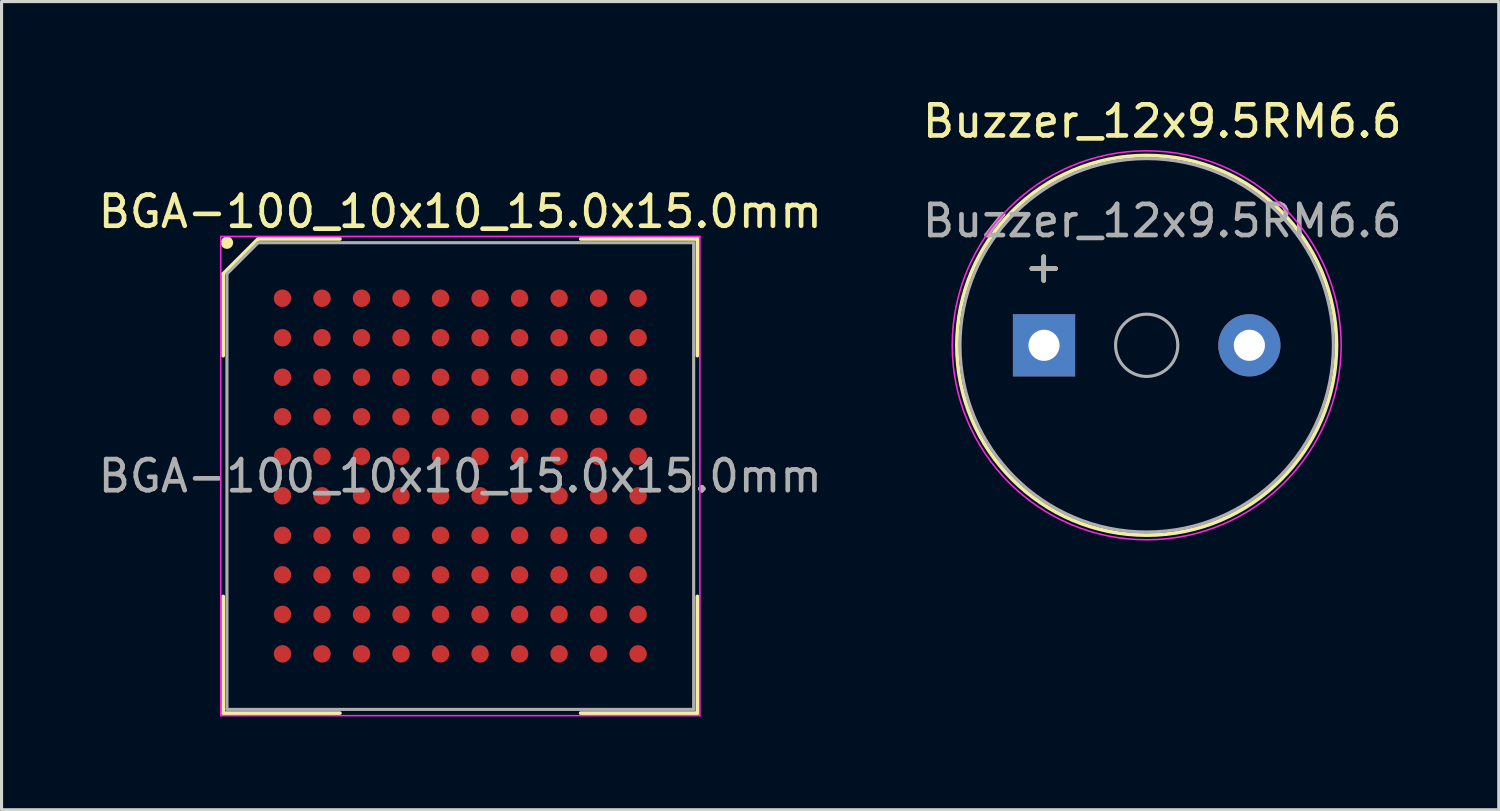
<source format=kicad_pcb>
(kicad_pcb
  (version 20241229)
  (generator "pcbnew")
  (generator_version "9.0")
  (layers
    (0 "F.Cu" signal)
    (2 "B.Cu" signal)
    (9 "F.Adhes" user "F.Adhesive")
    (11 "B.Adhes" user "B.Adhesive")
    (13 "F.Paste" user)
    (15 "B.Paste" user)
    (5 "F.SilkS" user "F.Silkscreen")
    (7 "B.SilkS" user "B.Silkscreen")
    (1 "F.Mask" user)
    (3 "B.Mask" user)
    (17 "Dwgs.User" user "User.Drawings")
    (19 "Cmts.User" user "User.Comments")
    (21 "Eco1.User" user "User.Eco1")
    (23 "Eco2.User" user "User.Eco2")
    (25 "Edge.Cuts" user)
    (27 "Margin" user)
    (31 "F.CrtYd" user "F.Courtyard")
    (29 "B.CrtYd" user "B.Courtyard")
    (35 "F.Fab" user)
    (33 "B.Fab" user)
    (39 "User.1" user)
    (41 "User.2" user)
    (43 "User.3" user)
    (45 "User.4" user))
  (footprint "BGA-100_10x10_15.0x15.0mm"
    (layer "F.Cu")
    (at 11.744 12.25)
    (property "Reference" "BGA-100_10x10_15.0x15.0mm" (at 0 -8.5 0) (layer "F.SilkS") (effects (font (size 1 1) (thickness 0.15))))
    (attr smd)
    (fp_line (start -7.62 -6.5) (end -7.62 -3.87) (stroke (width 0.12) (type default)) (layer "F.SilkS"))
    (fp_line (start -7.62 7.62) (end -7.62 3.87) (stroke (width 0.12) (type default)) (layer "F.SilkS"))
    (fp_line (start -6.5 -7.62) (end -7.62 -6.5) (stroke (width 0.12) (type default)) (layer "F.SilkS"))
    (fp_line (start -3.87 -7.62) (end -6.5 -7.62) (stroke (width 0.12) (type default)) (layer "F.SilkS"))
    (fp_line (start -3.87 7.62) (end -7.62 7.62) (stroke (width 0.12) (type default)) (layer "F.SilkS"))
    (fp_line (start 3.87 -7.62) (end 7.62 -7.62) (stroke (width 0.12) (type default)) (layer "F.SilkS"))
    (fp_line (start 3.87 7.62) (end 7.62 7.62) (stroke (width 0.12) (type default)) (layer "F.SilkS"))
    (fp_line (start 7.62 -7.62) (end 7.62 -3.87) (stroke (width 0.12) (type default)) (layer "F.SilkS"))
    (fp_line (start 7.62 7.62) (end 7.62 3.87) (stroke (width 0.12) (type default)) (layer "F.SilkS"))
    (fp_circle (center -7.5 -7.5) (end -7.5 -7.4) (stroke (width 0.2) (type default)) (fill no) (layer "F.SilkS"))
    (fp_line (start -7.7 -7.7) (end 7.7 -7.7) (stroke (width 0.05) (type default)) (layer "F.CrtYd"))
    (fp_line (start -7.7 7.7) (end -7.7 -7.7) (stroke (width 0.05) (type default)) (layer "F.CrtYd"))
    (fp_line (start 7.7 -7.7) (end 7.7 7.7) (stroke (width 0.05) (type default)) (layer "F.CrtYd"))
    (fp_line (start 7.7 7.7) (end -7.7 7.7) (stroke (width 0.05) (type default)) (layer "F.CrtYd"))
    (fp_line (start -7.5 -6.5) (end -7.5 7.5) (stroke (width 0.1) (type default)) (layer "F.Fab"))
    (fp_line (start -7.5 7.5) (end 7.5 7.5) (stroke (width 0.1) (type default)) (layer "F.Fab"))
    (fp_line (start -6.5 -7.5) (end -7.5 -6.5) (stroke (width 0.1) (type default)) (layer "F.Fab"))
    (fp_line (start 7.5 -7.5) (end -6.5 -7.5) (stroke (width 0.1) (type default)) (layer "F.Fab"))
    (fp_line (start 7.5 7.5) (end 7.5 -7.5) (stroke (width 0.1) (type default)) (layer "F.Fab"))
    (fp_line (start -10.4 -10.4) (end -10.4 -7.4) (stroke (width 0.12) (type default)) (layer "User.1"))
    (fp_line (start -10.4 -10.4) (end -7.4 -10.4) (stroke (width 0.12) (type default)) (layer "User.1"))
    (fp_line (start -10.4 -7.4) (end -10.8 -7.8) (stroke (width 0.12) (type default)) (layer "User.1"))
    (fp_line (start -10.4 -7.4) (end -10 -7.8) (stroke (width 0.12) (type default)) (layer "User.1"))
    (fp_line (start -7.4 -10.4) (end -7.8 -10.8) (stroke (width 0.12) (type default)) (layer "User.1"))
    (fp_line (start -7.4 -10.4) (end -7.8 -10) (stroke (width 0.12) (type default)) (layer "User.1"))
    (fp_circle (center -10.4 -10.4) (end -10.2 -10.2) (stroke (width 0.12) (type default)) (fill no) (layer "User.1"))
    (fp_text user "${REFERENCE}" (at 0 0 0) (layer "F.Fab") (effects (font (size 1 1) (thickness 0.15))))
    (fp_text user "Y" (at -7 -9.8 0) (unlocked yes) (layer "User.1") (effects (font (size 1 1) (thickness 0.15)) (justify left bottom)))
    (fp_text user "X" (at -9.8 -7 0) (unlocked yes) (layer "User.1") (effects (font (size 1 1) (thickness 0.15)) (justify left bottom)))
    (fp_text user "Z" (at -11 -10.8 0) (unlocked yes) (layer "User.1") (effects (font (size 1 1) (thickness 0.15)) (justify left bottom)))
    (pad "A1" smd circle (at -5.715 -5.715) (size 0.56 0.56) (layers "F.Cu" "F.Mask" "F.Paste"))
    (pad "A2" smd circle (at -4.445 -5.715) (size 0.56 0.56) (layers "F.Cu" "F.Mask" "F.Paste"))
    (pad "A3" smd circle (at -3.175 -5.715) (size 0.56 0.56) (layers "F.Cu" "F.Mask" "F.Paste"))
    (pad "A4" smd circle (at -1.905 -5.715) (size 0.56 0.56) (layers "F.Cu" "F.Mask" "F.Paste"))
    (pad "A5" smd circle (at -0.635 -5.715) (size 0.56 0.56) (layers "F.Cu" "F.Mask" "F.Paste"))
    (pad "A6" smd circle (at 0.635 -5.715) (size 0.56 0.56) (layers "F.Cu" "F.Mask" "F.Paste"))
    (pad "A7" smd circle (at 1.905 -5.715) (size 0.56 0.56) (layers "F.Cu" "F.Mask" "F.Paste"))
    (pad "A8" smd circle (at 3.175 -5.715) (size 0.56 0.56) (layers "F.Cu" "F.Mask" "F.Paste"))
    (pad "A9" smd circle (at 4.445 -5.715) (size 0.56 0.56) (layers "F.Cu" "F.Mask" "F.Paste"))
    (pad "A10" smd circle (at 5.715 -5.715) (size 0.56 0.56) (layers "F.Cu" "F.Mask" "F.Paste"))
    (pad "B1" smd circle (at -5.715 -4.445) (size 0.56 0.56) (layers "F.Cu" "F.Mask" "F.Paste"))
    (pad "B2" smd circle (at -4.445 -4.445) (size 0.56 0.56) (layers "F.Cu" "F.Mask" "F.Paste"))
    (pad "B3" smd circle (at -3.175 -4.445) (size 0.56 0.56) (layers "F.Cu" "F.Mask" "F.Paste"))
    (pad "B4" smd circle (at -1.905 -4.445) (size 0.56 0.56) (layers "F.Cu" "F.Mask" "F.Paste"))
    (pad "B5" smd circle (at -0.635 -4.445) (size 0.56 0.56) (layers "F.Cu" "F.Mask" "F.Paste"))
    (pad "B6" smd circle (at 0.635 -4.445) (size 0.56 0.56) (layers "F.Cu" "F.Mask" "F.Paste"))
    (pad "B7" smd circle (at 1.905 -4.445) (size 0.56 0.56) (layers "F.Cu" "F.Mask" "F.Paste"))
    (pad "B8" smd circle (at 3.175 -4.445) (size 0.56 0.56) (layers "F.Cu" "F.Mask" "F.Paste"))
    (pad "B9" smd circle (at 4.445 -4.445) (size 0.56 0.56) (layers "F.Cu" "F.Mask" "F.Paste"))
    (pad "B10" smd circle (at 5.715 -4.445) (size 0.56 0.56) (layers "F.Cu" "F.Mask" "F.Paste"))
    (pad "C1" smd circle (at -5.715 -3.175) (size 0.56 0.56) (layers "F.Cu" "F.Mask" "F.Paste"))
    (pad "C2" smd circle (at -4.445 -3.175) (size 0.56 0.56) (layers "F.Cu" "F.Mask" "F.Paste"))
    (pad "C3" smd circle (at -3.175 -3.175) (size 0.56 0.56) (layers "F.Cu" "F.Mask" "F.Paste"))
    (pad "C4" smd circle (at -1.905 -3.175) (size 0.56 0.56) (layers "F.Cu" "F.Mask" "F.Paste"))
    (pad "C5" smd circle (at -0.635 -3.175) (size 0.56 0.56) (layers "F.Cu" "F.Mask" "F.Paste"))
    (pad "C6" smd circle (at 0.635 -3.175) (size 0.56 0.56) (layers "F.Cu" "F.Mask" "F.Paste"))
    (pad "C7" smd circle (at 1.905 -3.175) (size 0.56 0.56) (layers "F.Cu" "F.Mask" "F.Paste"))
    (pad "C8" smd circle (at 3.175 -3.175) (size 0.56 0.56) (layers "F.Cu" "F.Mask" "F.Paste"))
    (pad "C9" smd circle (at 4.445 -3.175) (size 0.56 0.56) (layers "F.Cu" "F.Mask" "F.Paste"))
    (pad "C10" smd circle (at 5.715 -3.175) (size 0.56 0.56) (layers "F.Cu" "F.Mask" "F.Paste"))
    (pad "D1" smd circle (at -5.715 -1.905) (size 0.56 0.56) (layers "F.Cu" "F.Mask" "F.Paste"))
    (pad "D2" smd circle (at -4.445 -1.905) (size 0.56 0.56) (layers "F.Cu" "F.Mask" "F.Paste"))
    (pad "D3" smd circle (at -3.175 -1.905) (size 0.56 0.56) (layers "F.Cu" "F.Mask" "F.Paste"))
    (pad "D4" smd circle (at -1.905 -1.905) (size 0.56 0.56) (layers "F.Cu" "F.Mask" "F.Paste"))
    (pad "D5" smd circle (at -0.635 -1.905) (size 0.56 0.56) (layers "F.Cu" "F.Mask" "F.Paste"))
    (pad "D6" smd circle (at 0.635 -1.905) (size 0.56 0.56) (layers "F.Cu" "F.Mask" "F.Paste"))
    (pad "D7" smd circle (at 1.905 -1.905) (size 0.56 0.56) (layers "F.Cu" "F.Mask" "F.Paste"))
    (pad "D8" smd circle (at 3.175 -1.905) (size 0.56 0.56) (layers "F.Cu" "F.Mask" "F.Paste"))
    (pad "D9" smd circle (at 4.445 -1.905) (size 0.56 0.56) (layers "F.Cu" "F.Mask" "F.Paste"))
    (pad "D10" smd circle (at 5.715 -1.905) (size 0.56 0.56) (layers "F.Cu" "F.Mask" "F.Paste"))
    (pad "E1" smd circle (at -5.715 -0.635) (size 0.56 0.56) (layers "F.Cu" "F.Mask" "F.Paste"))
    (pad "E2" smd circle (at -4.445 -0.635) (size 0.56 0.56) (layers "F.Cu" "F.Mask" "F.Paste"))
    (pad "E3" smd circle (at -3.175 -0.635) (size 0.56 0.56) (layers "F.Cu" "F.Mask" "F.Paste"))
    (pad "E4" smd circle (at -1.905 -0.635) (size 0.56 0.56) (layers "F.Cu" "F.Mask" "F.Paste"))
    (pad "E5" smd circle (at -0.635 -0.635) (size 0.56 0.56) (layers "F.Cu" "F.Mask" "F.Paste"))
    (pad "E6" smd circle (at 0.635 -0.635) (size 0.56 0.56) (layers "F.Cu" "F.Mask" "F.Paste"))
    (pad "E7" smd circle (at 1.905 -0.635) (size 0.56 0.56) (layers "F.Cu" "F.Mask" "F.Paste"))
    (pad "E8" smd circle (at 3.175 -0.635) (size 0.56 0.56) (layers "F.Cu" "F.Mask" "F.Paste"))
    (pad "E9" smd circle (at 4.445 -0.635) (size 0.56 0.56) (layers "F.Cu" "F.Mask" "F.Paste"))
    (pad "E10" smd circle (at 5.715 -0.635) (size 0.56 0.56) (layers "F.Cu" "F.Mask" "F.Paste"))
    (pad "F1" smd circle (at -5.715 0.635) (size 0.56 0.56) (layers "F.Cu" "F.Mask" "F.Paste"))
    (pad "F2" smd circle (at -4.445 0.635) (size 0.56 0.56) (layers "F.Cu" "F.Mask" "F.Paste"))
    (pad "F3" smd circle (at -3.175 0.635) (size 0.56 0.56) (layers "F.Cu" "F.Mask" "F.Paste"))
    (pad "F4" smd circle (at -1.905 0.635) (size 0.56 0.56) (layers "F.Cu" "F.Mask" "F.Paste"))
    (pad "F5" smd circle (at -0.635 0.635) (size 0.56 0.56) (layers "F.Cu" "F.Mask" "F.Paste"))
    (pad "F6" smd circle (at 0.635 0.635) (size 0.56 0.56) (layers "F.Cu" "F.Mask" "F.Paste"))
    (pad "F7" smd circle (at 1.905 0.635) (size 0.56 0.56) (layers "F.Cu" "F.Mask" "F.Paste"))
    (pad "F8" smd circle (at 3.175 0.635) (size 0.56 0.56) (layers "F.Cu" "F.Mask" "F.Paste"))
    (pad "F9" smd circle (at 4.445 0.635) (size 0.56 0.56) (layers "F.Cu" "F.Mask" "F.Paste"))
    (pad "F10" smd circle (at 5.715 0.635) (size 0.56 0.56) (layers "F.Cu" "F.Mask" "F.Paste"))
    (pad "G1" smd circle (at -5.715 1.905) (size 0.56 0.56) (layers "F.Cu" "F.Mask" "F.Paste"))
    (pad "G2" smd circle (at -4.445 1.905) (size 0.56 0.56) (layers "F.Cu" "F.Mask" "F.Paste"))
    (pad "G3" smd circle (at -3.175 1.905) (size 0.56 0.56) (layers "F.Cu" "F.Mask" "F.Paste"))
    (pad "G4" smd circle (at -1.905 1.905) (size 0.56 0.56) (layers "F.Cu" "F.Mask" "F.Paste"))
    (pad "G5" smd circle (at -0.635 1.905) (size 0.56 0.56) (layers "F.Cu" "F.Mask" "F.Paste"))
    (pad "G6" smd circle (at 0.635 1.905) (size 0.56 0.56) (layers "F.Cu" "F.Mask" "F.Paste"))
    (pad "G7" smd circle (at 1.905 1.905) (size 0.56 0.56) (layers "F.Cu" "F.Mask" "F.Paste"))
    (pad "G8" smd circle (at 3.175 1.905) (size 0.56 0.56) (layers "F.Cu" "F.Mask" "F.Paste"))
    (pad "G9" smd circle (at 4.445 1.905) (size 0.56 0.56) (layers "F.Cu" "F.Mask" "F.Paste"))
    (pad "G10" smd circle (at 5.715 1.905) (size 0.56 0.56) (layers "F.Cu" "F.Mask" "F.Paste"))
    (pad "H1" smd circle (at -5.715 3.175) (size 0.56 0.56) (layers "F.Cu" "F.Mask" "F.Paste"))
    (pad "H2" smd circle (at -4.445 3.175) (size 0.56 0.56) (layers "F.Cu" "F.Mask" "F.Paste"))
    (pad "H3" smd circle (at -3.175 3.175) (size 0.56 0.56) (layers "F.Cu" "F.Mask" "F.Paste"))
    (pad "H4" smd circle (at -1.905 3.175) (size 0.56 0.56) (layers "F.Cu" "F.Mask" "F.Paste"))
    (pad "H5" smd circle (at -0.635 3.175) (size 0.56 0.56) (layers "F.Cu" "F.Mask" "F.Paste"))
    (pad "H6" smd circle (at 0.635 3.175) (size 0.56 0.56) (layers "F.Cu" "F.Mask" "F.Paste"))
    (pad "H7" smd circle (at 1.905 3.175) (size 0.56 0.56) (layers "F.Cu" "F.Mask" "F.Paste"))
    (pad "H8" smd circle (at 3.175 3.175) (size 0.56 0.56) (layers "F.Cu" "F.Mask" "F.Paste"))
    (pad "H9" smd circle (at 4.445 3.175) (size 0.56 0.56) (layers "F.Cu" "F.Mask" "F.Paste"))
    (pad "H10" smd circle (at 5.715 3.175) (size 0.56 0.56) (layers "F.Cu" "F.Mask" "F.Paste"))
    (pad "J1" smd circle (at -5.715 4.445) (size 0.56 0.56) (layers "F.Cu" "F.Mask" "F.Paste"))
    (pad "J2" smd circle (at -4.445 4.445) (size 0.56 0.56) (layers "F.Cu" "F.Mask" "F.Paste"))
    (pad "J3" smd circle (at -3.175 4.445) (size 0.56 0.56) (layers "F.Cu" "F.Mask" "F.Paste"))
    (pad "J4" smd circle (at -1.905 4.445) (size 0.56 0.56) (layers "F.Cu" "F.Mask" "F.Paste"))
    (pad "J5" smd circle (at -0.635 4.445) (size 0.56 0.56) (layers "F.Cu" "F.Mask" "F.Paste"))
    (pad "J6" smd circle (at 0.635 4.445) (size 0.56 0.56) (layers "F.Cu" "F.Mask" "F.Paste"))
    (pad "J7" smd circle (at 1.905 4.445) (size 0.56 0.56) (layers "F.Cu" "F.Mask" "F.Paste"))
    (pad "J8" smd circle (at 3.175 4.445) (size 0.56 0.56) (layers "F.Cu" "F.Mask" "F.Paste"))
    (pad "J9" smd circle (at 4.445 4.445) (size 0.56 0.56) (layers "F.Cu" "F.Mask" "F.Paste"))
    (pad "J10" smd circle (at 5.715 4.445) (size 0.56 0.56) (layers "F.Cu" "F.Mask" "F.Paste"))
    (pad "K1" smd circle (at -5.715 5.715) (size 0.56 0.56) (layers "F.Cu" "F.Mask" "F.Paste"))
    (pad "K2" smd circle (at -4.445 5.715) (size 0.56 0.56) (layers "F.Cu" "F.Mask" "F.Paste"))
    (pad "K3" smd circle (at -3.175 5.715) (size 0.56 0.56) (layers "F.Cu" "F.Mask" "F.Paste"))
    (pad "K4" smd circle (at -1.905 5.715) (size 0.56 0.56) (layers "F.Cu" "F.Mask" "F.Paste"))
    (pad "K5" smd circle (at -0.635 5.715) (size 0.56 0.56) (layers "F.Cu" "F.Mask" "F.Paste"))
    (pad "K6" smd circle (at 0.635 5.715) (size 0.56 0.56) (layers "F.Cu" "F.Mask" "F.Paste"))
    (pad "K7" smd circle (at 1.905 5.715) (size 0.56 0.56) (layers "F.Cu" "F.Mask" "F.Paste"))
    (pad "K8" smd circle (at 3.175 5.715) (size 0.56 0.56) (layers "F.Cu" "F.Mask" "F.Paste"))
    (pad "K9" smd circle (at 4.445 5.715) (size 0.56 0.56) (layers "F.Cu" "F.Mask" "F.Paste"))
    (pad "K10" smd circle (at 5.715 5.715) (size 0.56 0.56) (layers "F.Cu" "F.Mask" "F.Paste")))
  (footprint "Buzzer_12x9.5RM6.6"
    (layer "F.Cu")
    (at 30.504 8.048)
    (property "Reference" "Buzzer_12x9.5RM6.6" (at 3.8 -7.2 0) (layer "F.SilkS") (effects (font (size 1 1) (thickness 0.15))))
    (attr through_hole)
    (fp_circle (center 3.3 0) (end 9.4 0) (stroke (width 0.12) (type solid)) (fill no) (layer "F.SilkS"))
    (fp_circle (center 3.3 0) (end 9.55 0) (stroke (width 0.05) (type solid)) (fill no) (layer "F.CrtYd"))
    (fp_circle (center 3.3 0) (end 4.3 0) (stroke (width 0.1) (type solid)) (fill no) (layer "F.Fab"))
    (fp_circle (center 3.3 0) (end 9.3 0) (stroke (width 0.1) (type solid)) (fill no) (layer "F.Fab"))
    (fp_text user "+" (at -0.01 -2.54 0) (layer "F.SilkS") (effects (font (size 1 1) (thickness 0.15))))
    (fp_text user "+" (at -0.01 -2.54 0) (layer "F.Fab") (effects (font (size 1 1) (thickness 0.15))))
    (fp_text user "${REFERENCE}" (at 3.8 -4 0) (layer "F.Fab") (effects (font (size 1 1) (thickness 0.15))))
    (pad "1" thru_hole rect (at 0 0) (size 2 2) (drill 1) (layers "*.Cu" "*.Mask"))
    (pad "2" thru_hole circle (at 6.6 0) (size 2 2) (drill 1) (layers "*.Cu" "*.Mask")))
  (gr_rect
    (start -3 -3)
    (end 45.119 22.975)
    (stroke (width 0.1) (type default))
    (fill no)
    (layer "Edge.Cuts")))
</source>
